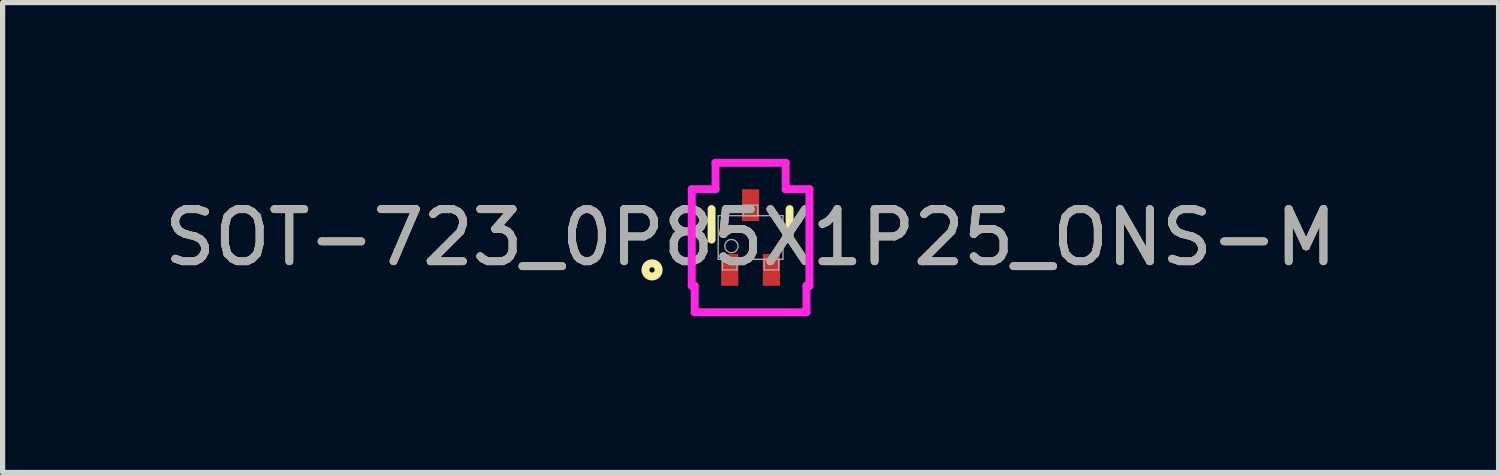
<source format=kicad_pcb>
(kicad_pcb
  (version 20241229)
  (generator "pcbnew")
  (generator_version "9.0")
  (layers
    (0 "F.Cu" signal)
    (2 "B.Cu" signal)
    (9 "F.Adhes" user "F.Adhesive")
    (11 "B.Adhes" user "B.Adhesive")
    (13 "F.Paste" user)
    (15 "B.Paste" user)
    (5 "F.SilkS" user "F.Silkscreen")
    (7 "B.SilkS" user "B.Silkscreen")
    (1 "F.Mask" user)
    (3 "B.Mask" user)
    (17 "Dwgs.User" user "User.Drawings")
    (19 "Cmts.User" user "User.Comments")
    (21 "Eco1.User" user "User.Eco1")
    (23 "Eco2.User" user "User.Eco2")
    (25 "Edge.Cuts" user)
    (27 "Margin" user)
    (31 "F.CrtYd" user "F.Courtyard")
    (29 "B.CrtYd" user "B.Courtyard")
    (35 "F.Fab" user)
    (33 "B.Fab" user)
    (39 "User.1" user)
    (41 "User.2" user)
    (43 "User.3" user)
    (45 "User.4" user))
  (footprint "SOT-723_0P85X1P25_ONS-M"
    (layer "F.Cu")
    (at 11.363 1.511)
    (property "Reference" "SOT-723_0P85X1P25_ONS-M" (at 0 0 0) (unlocked yes) (layer "F.SilkS") (effects (font (size 1 1) (thickness 0.15))))
    (attr smd)
    (fp_line (start -0.749 -0.546) (end -0.749 0.04) (stroke (width 0.152) (type solid)) (layer "F.SilkS"))
    (fp_line (start 0.749 0.04) (end 0.749 -0.546) (stroke (width 0.152) (type solid)) (layer "F.SilkS"))
    (fp_circle (center -1.892 0.622) (end -1.765 0.622) (stroke (width 0.152) (type solid)) (fill no) (layer "F.SilkS"))
    (fp_line (start -1.13 -0.927) (end -0.673 -0.927) (stroke (width 0.152) (type solid)) (layer "F.CrtYd"))
    (fp_line (start -1.13 0.927) (end -1.13 -0.927) (stroke (width 0.152) (type solid)) (layer "F.CrtYd"))
    (fp_line (start -1.13 0.927) (end -1.073 0.927) (stroke (width 0.152) (type solid)) (layer "F.CrtYd"))
    (fp_line (start -1.073 0.927) (end -1.073 1.435) (stroke (width 0.152) (type solid)) (layer "F.CrtYd"))
    (fp_line (start -1.073 1.435) (end 1.073 1.435) (stroke (width 0.152) (type solid)) (layer "F.CrtYd"))
    (fp_line (start -0.673 -1.435) (end 0.673 -1.435) (stroke (width 0.152) (type solid)) (layer "F.CrtYd"))
    (fp_line (start -0.673 -0.927) (end -0.673 -1.435) (stroke (width 0.152) (type solid)) (layer "F.CrtYd"))
    (fp_line (start 0.673 -0.927) (end 0.673 -1.435) (stroke (width 0.152) (type solid)) (layer "F.CrtYd"))
    (fp_line (start 1.073 0.927) (end 1.073 1.435) (stroke (width 0.152) (type solid)) (layer "F.CrtYd"))
    (fp_line (start 1.13 -0.927) (end 0.673 -0.927) (stroke (width 0.152) (type solid)) (layer "F.CrtYd"))
    (fp_line (start 1.13 -0.927) (end 1.13 0.927) (stroke (width 0.152) (type solid)) (layer "F.CrtYd"))
    (fp_line (start 1.13 0.927) (end 1.073 0.927) (stroke (width 0.152) (type solid)) (layer "F.CrtYd"))
    (fp_line (start -0.622 -0.419) (end -0.622 0.419) (stroke (width 0.025) (type solid)) (layer "F.Fab"))
    (fp_line (start -0.622 0.419) (end 0.622 0.419) (stroke (width 0.025) (type solid)) (layer "F.Fab"))
    (fp_line (start -0.54 0.419) (end -0.54 0.622) (stroke (width 0.025) (type solid)) (layer "F.Fab"))
    (fp_line (start -0.54 0.622) (end -0.26 0.622) (stroke (width 0.025) (type solid)) (layer "F.Fab"))
    (fp_line (start -0.26 0.419) (end -0.54 0.419) (stroke (width 0.025) (type solid)) (layer "F.Fab"))
    (fp_line (start -0.26 0.622) (end -0.26 0.419) (stroke (width 0.025) (type solid)) (layer "F.Fab"))
    (fp_line (start -0.14 -0.622) (end -0.14 -0.419) (stroke (width 0.025) (type solid)) (layer "F.Fab"))
    (fp_line (start -0.14 -0.419) (end 0.14 -0.419) (stroke (width 0.025) (type solid)) (layer "F.Fab"))
    (fp_line (start 0.14 -0.622) (end -0.14 -0.622) (stroke (width 0.025) (type solid)) (layer "F.Fab"))
    (fp_line (start 0.14 -0.419) (end 0.14 -0.622) (stroke (width 0.025) (type solid)) (layer "F.Fab"))
    (fp_line (start 0.26 0.419) (end 0.26 0.622) (stroke (width 0.025) (type solid)) (layer "F.Fab"))
    (fp_line (start 0.26 0.622) (end 0.54 0.622) (stroke (width 0.025) (type solid)) (layer "F.Fab"))
    (fp_line (start 0.54 0.419) (end 0.26 0.419) (stroke (width 0.025) (type solid)) (layer "F.Fab"))
    (fp_line (start 0.54 0.622) (end 0.54 0.419) (stroke (width 0.025) (type solid)) (layer "F.Fab"))
    (fp_line (start 0.622 -0.419) (end -0.622 -0.419) (stroke (width 0.025) (type solid)) (layer "F.Fab"))
    (fp_line (start 0.622 0.419) (end 0.622 -0.419) (stroke (width 0.025) (type solid)) (layer "F.Fab"))
    (fp_circle (center -0.368 0.165) (end -0.241 0.165) (stroke (width 0.025) (type solid)) (fill no) (layer "F.Fab"))
    (fp_text user "${REFERENCE}" (at 0 0 0) (unlocked yes) (layer "F.Fab") (effects (font (size 1 1) (thickness 0.15))))
    (pad "1" smd rect (at -0.4 0.622) (size 0.33 0.61) (layers "F.Cu" "F.Mask" "F.Paste"))
    (pad "2" smd rect (at 0.4 0.622) (size 0.33 0.61) (layers "F.Cu" "F.Mask" "F.Paste"))
    (pad "3" smd rect (at 0 -0.622) (size 0.33 0.61) (layers "F.Cu" "F.Mask" "F.Paste")))
  (gr_rect
    (start -3 -3)
    (end 25.726 6.023)
    (stroke (width 0.1) (type default))
    (fill no)
    (layer "Edge.Cuts")))
</source>
